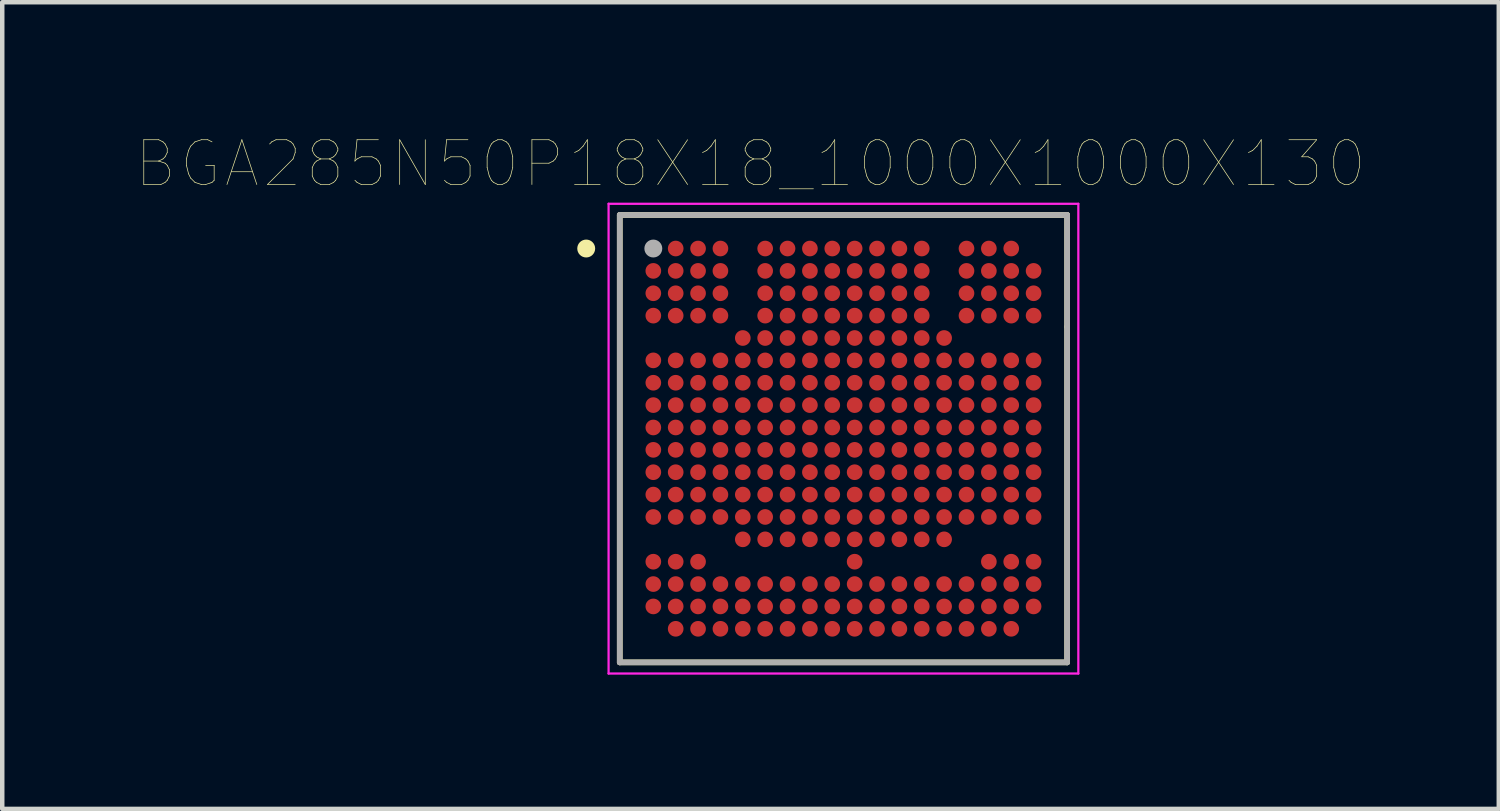
<source format=kicad_pcb>
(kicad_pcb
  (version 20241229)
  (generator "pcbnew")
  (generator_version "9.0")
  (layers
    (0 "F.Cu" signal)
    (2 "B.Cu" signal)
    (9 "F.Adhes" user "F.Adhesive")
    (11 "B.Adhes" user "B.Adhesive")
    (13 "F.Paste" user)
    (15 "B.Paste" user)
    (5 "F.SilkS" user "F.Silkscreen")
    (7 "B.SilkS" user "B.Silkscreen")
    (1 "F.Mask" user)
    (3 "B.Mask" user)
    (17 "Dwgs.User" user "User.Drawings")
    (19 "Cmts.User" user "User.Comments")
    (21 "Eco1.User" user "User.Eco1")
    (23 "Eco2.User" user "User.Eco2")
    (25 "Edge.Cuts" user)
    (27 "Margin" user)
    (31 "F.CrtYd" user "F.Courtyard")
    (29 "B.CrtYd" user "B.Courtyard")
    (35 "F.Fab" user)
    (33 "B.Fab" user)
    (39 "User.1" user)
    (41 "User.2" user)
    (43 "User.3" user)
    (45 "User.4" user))
  (footprint "BGA285N50P18X18_1000X1000X130"
    (layer "F.Cu")
    (at 15.803 6.755)
    (property "Reference" "BGA285N50P18X18_1000X1000X130" (at -2.078 -6.143 0) (layer "F.SilkS") (effects (font (size 1.001 1.001) (thickness 0.015))))
    (attr through_hole)
    (fp_line (start -5 -5) (end -5 5) (stroke (width 0.127) (type solid)) (layer "F.SilkS"))
    (fp_line (start 5 -5) (end -5 -5) (stroke (width 0.127) (type solid)) (layer "F.SilkS"))
    (fp_line (start 5 -2.5) (end 5 -5) (stroke (width 0.127) (type solid)) (layer "F.SilkS"))
    (fp_line (start 5 -2.5) (end 5 5) (stroke (width 0.127) (type solid)) (layer "F.SilkS"))
    (fp_line (start 5 5) (end -5 5) (stroke (width 0.127) (type solid)) (layer "F.SilkS"))
    (fp_circle (center -5.75 -4.25) (end -5.65 -4.25) (stroke (width 0.2) (type solid)) (fill no) (layer "F.SilkS"))
    (fp_line (start -5.25 -5.25) (end 5.25 -5.25) (stroke (width 0.05) (type solid)) (layer "F.CrtYd"))
    (fp_line (start -5.25 5.25) (end -5.25 -5.25) (stroke (width 0.05) (type solid)) (layer "F.CrtYd"))
    (fp_line (start 5.25 -5.25) (end 5.25 5.25) (stroke (width 0.05) (type solid)) (layer "F.CrtYd"))
    (fp_line (start 5.25 5.25) (end -5.25 5.25) (stroke (width 0.05) (type solid)) (layer "F.CrtYd"))
    (fp_line (start -5 -5) (end 5 -5) (stroke (width 0.127) (type solid)) (layer "F.Fab"))
    (fp_line (start -5 5) (end -5 -5) (stroke (width 0.127) (type solid)) (layer "F.Fab"))
    (fp_line (start 5 -5) (end 5 5) (stroke (width 0.127) (type solid)) (layer "F.Fab"))
    (fp_line (start 5 5) (end -5 5) (stroke (width 0.127) (type solid)) (layer "F.Fab"))
    (fp_circle (center -4.25 -4.25) (end -4.15 -4.25) (stroke (width 0.2) (type solid)) (fill no) (layer "F.Fab"))
    (pad "A2" smd circle (at -3.75 -4.25) (size 0.35 0.35) (layers "F.Cu" "F.Mask" "F.Paste"))
    (pad "A3" smd circle (at -3.25 -4.25) (size 0.35 0.35) (layers "F.Cu" "F.Mask" "F.Paste"))
    (pad "A4" smd circle (at -2.75 -4.25) (size 0.35 0.35) (layers "F.Cu" "F.Mask" "F.Paste"))
    (pad "A6" smd circle (at -1.75 -4.25) (size 0.35 0.35) (layers "F.Cu" "F.Mask" "F.Paste"))
    (pad "A7" smd circle (at -1.25 -4.25) (size 0.35 0.35) (layers "F.Cu" "F.Mask" "F.Paste"))
    (pad "A8" smd circle (at -0.75 -4.25) (size 0.35 0.35) (layers "F.Cu" "F.Mask" "F.Paste"))
    (pad "A9" smd circle (at -0.25 -4.25) (size 0.35 0.35) (layers "F.Cu" "F.Mask" "F.Paste"))
    (pad "A10" smd circle (at 0.25 -4.25) (size 0.35 0.35) (layers "F.Cu" "F.Mask" "F.Paste"))
    (pad "A11" smd circle (at 0.75 -4.25) (size 0.35 0.35) (layers "F.Cu" "F.Mask" "F.Paste"))
    (pad "A12" smd circle (at 1.25 -4.25) (size 0.35 0.35) (layers "F.Cu" "F.Mask" "F.Paste"))
    (pad "A13" smd circle (at 1.75 -4.25) (size 0.35 0.35) (layers "F.Cu" "F.Mask" "F.Paste"))
    (pad "A15" smd circle (at 2.75 -4.25) (size 0.35 0.35) (layers "F.Cu" "F.Mask" "F.Paste"))
    (pad "A16" smd circle (at 3.25 -4.25) (size 0.35 0.35) (layers "F.Cu" "F.Mask" "F.Paste"))
    (pad "A17" smd circle (at 3.75 -4.25) (size 0.35 0.35) (layers "F.Cu" "F.Mask" "F.Paste"))
    (pad "B1" smd circle (at -4.25 -3.75) (size 0.35 0.35) (layers "F.Cu" "F.Mask" "F.Paste"))
    (pad "B2" smd circle (at -3.75 -3.75) (size 0.35 0.35) (layers "F.Cu" "F.Mask" "F.Paste"))
    (pad "B3" smd circle (at -3.25 -3.75) (size 0.35 0.35) (layers "F.Cu" "F.Mask" "F.Paste"))
    (pad "B4" smd circle (at -2.75 -3.75) (size 0.35 0.35) (layers "F.Cu" "F.Mask" "F.Paste"))
    (pad "B6" smd circle (at -1.75 -3.75) (size 0.35 0.35) (layers "F.Cu" "F.Mask" "F.Paste"))
    (pad "B7" smd circle (at -1.25 -3.75) (size 0.35 0.35) (layers "F.Cu" "F.Mask" "F.Paste"))
    (pad "B8" smd circle (at -0.75 -3.75) (size 0.35 0.35) (layers "F.Cu" "F.Mask" "F.Paste"))
    (pad "B9" smd circle (at -0.25 -3.75) (size 0.35 0.35) (layers "F.Cu" "F.Mask" "F.Paste"))
    (pad "B10" smd circle (at 0.25 -3.75) (size 0.35 0.35) (layers "F.Cu" "F.Mask" "F.Paste"))
    (pad "B11" smd circle (at 0.75 -3.75) (size 0.35 0.35) (layers "F.Cu" "F.Mask" "F.Paste"))
    (pad "B12" smd circle (at 1.25 -3.75) (size 0.35 0.35) (layers "F.Cu" "F.Mask" "F.Paste"))
    (pad "B13" smd circle (at 1.75 -3.75) (size 0.35 0.35) (layers "F.Cu" "F.Mask" "F.Paste"))
    (pad "B15" smd circle (at 2.75 -3.75) (size 0.35 0.35) (layers "F.Cu" "F.Mask" "F.Paste"))
    (pad "B16" smd circle (at 3.25 -3.75) (size 0.35 0.35) (layers "F.Cu" "F.Mask" "F.Paste"))
    (pad "B17" smd circle (at 3.75 -3.75) (size 0.35 0.35) (layers "F.Cu" "F.Mask" "F.Paste"))
    (pad "B18" smd circle (at 4.25 -3.75) (size 0.35 0.35) (layers "F.Cu" "F.Mask" "F.Paste"))
    (pad "C1" smd circle (at -4.25 -3.25) (size 0.35 0.35) (layers "F.Cu" "F.Mask" "F.Paste"))
    (pad "C2" smd circle (at -3.75 -3.25) (size 0.35 0.35) (layers "F.Cu" "F.Mask" "F.Paste"))
    (pad "C3" smd circle (at -3.25 -3.25) (size 0.35 0.35) (layers "F.Cu" "F.Mask" "F.Paste"))
    (pad "C4" smd circle (at -2.75 -3.25) (size 0.35 0.35) (layers "F.Cu" "F.Mask" "F.Paste"))
    (pad "C6" smd circle (at -1.75 -3.25) (size 0.35 0.35) (layers "F.Cu" "F.Mask" "F.Paste"))
    (pad "C7" smd circle (at -1.25 -3.25) (size 0.35 0.35) (layers "F.Cu" "F.Mask" "F.Paste"))
    (pad "C8" smd circle (at -0.75 -3.25) (size 0.35 0.35) (layers "F.Cu" "F.Mask" "F.Paste"))
    (pad "C9" smd circle (at -0.25 -3.25) (size 0.35 0.35) (layers "F.Cu" "F.Mask" "F.Paste"))
    (pad "C10" smd circle (at 0.25 -3.25) (size 0.35 0.35) (layers "F.Cu" "F.Mask" "F.Paste"))
    (pad "C11" smd circle (at 0.75 -3.25) (size 0.35 0.35) (layers "F.Cu" "F.Mask" "F.Paste"))
    (pad "C12" smd circle (at 1.25 -3.25) (size 0.35 0.35) (layers "F.Cu" "F.Mask" "F.Paste"))
    (pad "C13" smd circle (at 1.75 -3.25) (size 0.35 0.35) (layers "F.Cu" "F.Mask" "F.Paste"))
    (pad "C15" smd circle (at 2.75 -3.25) (size 0.35 0.35) (layers "F.Cu" "F.Mask" "F.Paste"))
    (pad "C16" smd circle (at 3.25 -3.25) (size 0.35 0.35) (layers "F.Cu" "F.Mask" "F.Paste"))
    (pad "C17" smd circle (at 3.75 -3.25) (size 0.35 0.35) (layers "F.Cu" "F.Mask" "F.Paste"))
    (pad "C18" smd circle (at 4.25 -3.25) (size 0.35 0.35) (layers "F.Cu" "F.Mask" "F.Paste"))
    (pad "D1" smd circle (at -4.25 -2.75) (size 0.35 0.35) (layers "F.Cu" "F.Mask" "F.Paste"))
    (pad "D2" smd circle (at -3.75 -2.75) (size 0.35 0.35) (layers "F.Cu" "F.Mask" "F.Paste"))
    (pad "D3" smd circle (at -3.25 -2.75) (size 0.35 0.35) (layers "F.Cu" "F.Mask" "F.Paste"))
    (pad "D4" smd circle (at -2.75 -2.75) (size 0.35 0.35) (layers "F.Cu" "F.Mask" "F.Paste"))
    (pad "D6" smd circle (at -1.75 -2.75) (size 0.35 0.35) (layers "F.Cu" "F.Mask" "F.Paste"))
    (pad "D7" smd circle (at -1.25 -2.75) (size 0.35 0.35) (layers "F.Cu" "F.Mask" "F.Paste"))
    (pad "D8" smd circle (at -0.75 -2.75) (size 0.35 0.35) (layers "F.Cu" "F.Mask" "F.Paste"))
    (pad "D9" smd circle (at -0.25 -2.75) (size 0.35 0.35) (layers "F.Cu" "F.Mask" "F.Paste"))
    (pad "D10" smd circle (at 0.25 -2.75) (size 0.35 0.35) (layers "F.Cu" "F.Mask" "F.Paste"))
    (pad "D11" smd circle (at 0.75 -2.75) (size 0.35 0.35) (layers "F.Cu" "F.Mask" "F.Paste"))
    (pad "D12" smd circle (at 1.25 -2.75) (size 0.35 0.35) (layers "F.Cu" "F.Mask" "F.Paste"))
    (pad "D13" smd circle (at 1.75 -2.75) (size 0.35 0.35) (layers "F.Cu" "F.Mask" "F.Paste"))
    (pad "D15" smd circle (at 2.75 -2.75) (size 0.35 0.35) (layers "F.Cu" "F.Mask" "F.Paste"))
    (pad "D16" smd circle (at 3.25 -2.75) (size 0.35 0.35) (layers "F.Cu" "F.Mask" "F.Paste"))
    (pad "D17" smd circle (at 3.75 -2.75) (size 0.35 0.35) (layers "F.Cu" "F.Mask" "F.Paste"))
    (pad "D18" smd circle (at 4.25 -2.75) (size 0.35 0.35) (layers "F.Cu" "F.Mask" "F.Paste"))
    (pad "E5" smd circle (at -2.25 -2.25) (size 0.35 0.35) (layers "F.Cu" "F.Mask" "F.Paste"))
    (pad "E6" smd circle (at -1.75 -2.25) (size 0.35 0.35) (layers "F.Cu" "F.Mask" "F.Paste"))
    (pad "E7" smd circle (at -1.25 -2.25) (size 0.35 0.35) (layers "F.Cu" "F.Mask" "F.Paste"))
    (pad "E8" smd circle (at -0.75 -2.25) (size 0.35 0.35) (layers "F.Cu" "F.Mask" "F.Paste"))
    (pad "E9" smd circle (at -0.25 -2.25) (size 0.35 0.35) (layers "F.Cu" "F.Mask" "F.Paste"))
    (pad "E10" smd circle (at 0.25 -2.25) (size 0.35 0.35) (layers "F.Cu" "F.Mask" "F.Paste"))
    (pad "E11" smd circle (at 0.75 -2.25) (size 0.35 0.35) (layers "F.Cu" "F.Mask" "F.Paste"))
    (pad "E12" smd circle (at 1.25 -2.25) (size 0.35 0.35) (layers "F.Cu" "F.Mask" "F.Paste"))
    (pad "E13" smd circle (at 1.75 -2.25) (size 0.35 0.35) (layers "F.Cu" "F.Mask" "F.Paste"))
    (pad "E14" smd circle (at 2.25 -2.25) (size 0.35 0.35) (layers "F.Cu" "F.Mask" "F.Paste"))
    (pad "F1" smd circle (at -4.25 -1.75) (size 0.35 0.35) (layers "F.Cu" "F.Mask" "F.Paste"))
    (pad "F2" smd circle (at -3.75 -1.75) (size 0.35 0.35) (layers "F.Cu" "F.Mask" "F.Paste"))
    (pad "F3" smd circle (at -3.25 -1.75) (size 0.35 0.35) (layers "F.Cu" "F.Mask" "F.Paste"))
    (pad "F4" smd circle (at -2.75 -1.75) (size 0.35 0.35) (layers "F.Cu" "F.Mask" "F.Paste"))
    (pad "F5" smd circle (at -2.25 -1.75) (size 0.35 0.35) (layers "F.Cu" "F.Mask" "F.Paste"))
    (pad "F6" smd circle (at -1.75 -1.75) (size 0.35 0.35) (layers "F.Cu" "F.Mask" "F.Paste"))
    (pad "F7" smd circle (at -1.25 -1.75) (size 0.35 0.35) (layers "F.Cu" "F.Mask" "F.Paste"))
    (pad "F8" smd circle (at -0.75 -1.75) (size 0.35 0.35) (layers "F.Cu" "F.Mask" "F.Paste"))
    (pad "F9" smd circle (at -0.25 -1.75) (size 0.35 0.35) (layers "F.Cu" "F.Mask" "F.Paste"))
    (pad "F10" smd circle (at 0.25 -1.75) (size 0.35 0.35) (layers "F.Cu" "F.Mask" "F.Paste"))
    (pad "F11" smd circle (at 0.75 -1.75) (size 0.35 0.35) (layers "F.Cu" "F.Mask" "F.Paste"))
    (pad "F12" smd circle (at 1.25 -1.75) (size 0.35 0.35) (layers "F.Cu" "F.Mask" "F.Paste"))
    (pad "F13" smd circle (at 1.75 -1.75) (size 0.35 0.35) (layers "F.Cu" "F.Mask" "F.Paste"))
    (pad "F14" smd circle (at 2.25 -1.75) (size 0.35 0.35) (layers "F.Cu" "F.Mask" "F.Paste"))
    (pad "F15" smd circle (at 2.75 -1.75) (size 0.35 0.35) (layers "F.Cu" "F.Mask" "F.Paste"))
    (pad "F16" smd circle (at 3.25 -1.75) (size 0.35 0.35) (layers "F.Cu" "F.Mask" "F.Paste"))
    (pad "F17" smd circle (at 3.75 -1.75) (size 0.35 0.35) (layers "F.Cu" "F.Mask" "F.Paste"))
    (pad "F18" smd circle (at 4.25 -1.75) (size 0.35 0.35) (layers "F.Cu" "F.Mask" "F.Paste"))
    (pad "G1" smd circle (at -4.25 -1.25) (size 0.35 0.35) (layers "F.Cu" "F.Mask" "F.Paste"))
    (pad "G2" smd circle (at -3.75 -1.25) (size 0.35 0.35) (layers "F.Cu" "F.Mask" "F.Paste"))
    (pad "G3" smd circle (at -3.25 -1.25) (size 0.35 0.35) (layers "F.Cu" "F.Mask" "F.Paste"))
    (pad "G4" smd circle (at -2.75 -1.25) (size 0.35 0.35) (layers "F.Cu" "F.Mask" "F.Paste"))
    (pad "G5" smd circle (at -2.25 -1.25) (size 0.35 0.35) (layers "F.Cu" "F.Mask" "F.Paste"))
    (pad "G6" smd circle (at -1.75 -1.25) (size 0.35 0.35) (layers "F.Cu" "F.Mask" "F.Paste"))
    (pad "G7" smd circle (at -1.25 -1.25) (size 0.35 0.35) (layers "F.Cu" "F.Mask" "F.Paste"))
    (pad "G8" smd circle (at -0.75 -1.25) (size 0.35 0.35) (layers "F.Cu" "F.Mask" "F.Paste"))
    (pad "G9" smd circle (at -0.25 -1.25) (size 0.35 0.35) (layers "F.Cu" "F.Mask" "F.Paste"))
    (pad "G10" smd circle (at 0.25 -1.25) (size 0.35 0.35) (layers "F.Cu" "F.Mask" "F.Paste"))
    (pad "G11" smd circle (at 0.75 -1.25) (size 0.35 0.35) (layers "F.Cu" "F.Mask" "F.Paste"))
    (pad "G12" smd circle (at 1.25 -1.25) (size 0.35 0.35) (layers "F.Cu" "F.Mask" "F.Paste"))
    (pad "G13" smd circle (at 1.75 -1.25) (size 0.35 0.35) (layers "F.Cu" "F.Mask" "F.Paste"))
    (pad "G14" smd circle (at 2.25 -1.25) (size 0.35 0.35) (layers "F.Cu" "F.Mask" "F.Paste"))
    (pad "G15" smd circle (at 2.75 -1.25) (size 0.35 0.35) (layers "F.Cu" "F.Mask" "F.Paste"))
    (pad "G16" smd circle (at 3.25 -1.25) (size 0.35 0.35) (layers "F.Cu" "F.Mask" "F.Paste"))
    (pad "G17" smd circle (at 3.75 -1.25) (size 0.35 0.35) (layers "F.Cu" "F.Mask" "F.Paste"))
    (pad "G18" smd circle (at 4.25 -1.25) (size 0.35 0.35) (layers "F.Cu" "F.Mask" "F.Paste"))
    (pad "H1" smd circle (at -4.25 -0.75) (size 0.35 0.35) (layers "F.Cu" "F.Mask" "F.Paste"))
    (pad "H2" smd circle (at -3.75 -0.75) (size 0.35 0.35) (layers "F.Cu" "F.Mask" "F.Paste"))
    (pad "H3" smd circle (at -3.25 -0.75) (size 0.35 0.35) (layers "F.Cu" "F.Mask" "F.Paste"))
    (pad "H4" smd circle (at -2.75 -0.75) (size 0.35 0.35) (layers "F.Cu" "F.Mask" "F.Paste"))
    (pad "H5" smd circle (at -2.25 -0.75) (size 0.35 0.35) (layers "F.Cu" "F.Mask" "F.Paste"))
    (pad "H6" smd circle (at -1.75 -0.75) (size 0.35 0.35) (layers "F.Cu" "F.Mask" "F.Paste"))
    (pad "H7" smd circle (at -1.25 -0.75) (size 0.35 0.35) (layers "F.Cu" "F.Mask" "F.Paste"))
    (pad "H8" smd circle (at -0.75 -0.75) (size 0.35 0.35) (layers "F.Cu" "F.Mask" "F.Paste"))
    (pad "H9" smd circle (at -0.25 -0.75) (size 0.35 0.35) (layers "F.Cu" "F.Mask" "F.Paste"))
    (pad "H10" smd circle (at 0.25 -0.75) (size 0.35 0.35) (layers "F.Cu" "F.Mask" "F.Paste"))
    (pad "H11" smd circle (at 0.75 -0.75) (size 0.35 0.35) (layers "F.Cu" "F.Mask" "F.Paste"))
    (pad "H12" smd circle (at 1.25 -0.75) (size 0.35 0.35) (layers "F.Cu" "F.Mask" "F.Paste"))
    (pad "H13" smd circle (at 1.75 -0.75) (size 0.35 0.35) (layers "F.Cu" "F.Mask" "F.Paste"))
    (pad "H14" smd circle (at 2.25 -0.75) (size 0.35 0.35) (layers "F.Cu" "F.Mask" "F.Paste"))
    (pad "H15" smd circle (at 2.75 -0.75) (size 0.35 0.35) (layers "F.Cu" "F.Mask" "F.Paste"))
    (pad "H16" smd circle (at 3.25 -0.75) (size 0.35 0.35) (layers "F.Cu" "F.Mask" "F.Paste"))
    (pad "H17" smd circle (at 3.75 -0.75) (size 0.35 0.35) (layers "F.Cu" "F.Mask" "F.Paste"))
    (pad "H18" smd circle (at 4.25 -0.75) (size 0.35 0.35) (layers "F.Cu" "F.Mask" "F.Paste"))
    (pad "J1" smd circle (at -4.25 -0.25) (size 0.35 0.35) (layers "F.Cu" "F.Mask" "F.Paste"))
    (pad "J2" smd circle (at -3.75 -0.25) (size 0.35 0.35) (layers "F.Cu" "F.Mask" "F.Paste"))
    (pad "J3" smd circle (at -3.25 -0.25) (size 0.35 0.35) (layers "F.Cu" "F.Mask" "F.Paste"))
    (pad "J4" smd circle (at -2.75 -0.25) (size 0.35 0.35) (layers "F.Cu" "F.Mask" "F.Paste"))
    (pad "J5" smd circle (at -2.25 -0.25) (size 0.35 0.35) (layers "F.Cu" "F.Mask" "F.Paste"))
    (pad "J6" smd circle (at -1.75 -0.25) (size 0.35 0.35) (layers "F.Cu" "F.Mask" "F.Paste"))
    (pad "J7" smd circle (at -1.25 -0.25) (size 0.35 0.35) (layers "F.Cu" "F.Mask" "F.Paste"))
    (pad "J8" smd circle (at -0.75 -0.25) (size 0.35 0.35) (layers "F.Cu" "F.Mask" "F.Paste"))
    (pad "J9" smd circle (at -0.25 -0.25) (size 0.35 0.35) (layers "F.Cu" "F.Mask" "F.Paste"))
    (pad "J10" smd circle (at 0.25 -0.25) (size 0.35 0.35) (layers "F.Cu" "F.Mask" "F.Paste"))
    (pad "J11" smd circle (at 0.75 -0.25) (size 0.35 0.35) (layers "F.Cu" "F.Mask" "F.Paste"))
    (pad "J12" smd circle (at 1.25 -0.25) (size 0.35 0.35) (layers "F.Cu" "F.Mask" "F.Paste"))
    (pad "J13" smd circle (at 1.75 -0.25) (size 0.35 0.35) (layers "F.Cu" "F.Mask" "F.Paste"))
    (pad "J14" smd circle (at 2.25 -0.25) (size 0.35 0.35) (layers "F.Cu" "F.Mask" "F.Paste"))
    (pad "J15" smd circle (at 2.75 -0.25) (size 0.35 0.35) (layers "F.Cu" "F.Mask" "F.Paste"))
    (pad "J16" smd circle (at 3.25 -0.25) (size 0.35 0.35) (layers "F.Cu" "F.Mask" "F.Paste"))
    (pad "J17" smd circle (at 3.75 -0.25) (size 0.35 0.35) (layers "F.Cu" "F.Mask" "F.Paste"))
    (pad "J18" smd circle (at 4.25 -0.25) (size 0.35 0.35) (layers "F.Cu" "F.Mask" "F.Paste"))
    (pad "K1" smd circle (at -4.25 0.25) (size 0.35 0.35) (layers "F.Cu" "F.Mask" "F.Paste"))
    (pad "K2" smd circle (at -3.75 0.25) (size 0.35 0.35) (layers "F.Cu" "F.Mask" "F.Paste"))
    (pad "K3" smd circle (at -3.25 0.25) (size 0.35 0.35) (layers "F.Cu" "F.Mask" "F.Paste"))
    (pad "K4" smd circle (at -2.75 0.25) (size 0.35 0.35) (layers "F.Cu" "F.Mask" "F.Paste"))
    (pad "K5" smd circle (at -2.25 0.25) (size 0.35 0.35) (layers "F.Cu" "F.Mask" "F.Paste"))
    (pad "K6" smd circle (at -1.75 0.25) (size 0.35 0.35) (layers "F.Cu" "F.Mask" "F.Paste"))
    (pad "K7" smd circle (at -1.25 0.25) (size 0.35 0.35) (layers "F.Cu" "F.Mask" "F.Paste"))
    (pad "K8" smd circle (at -0.75 0.25) (size 0.35 0.35) (layers "F.Cu" "F.Mask" "F.Paste"))
    (pad "K9" smd circle (at -0.25 0.25) (size 0.35 0.35) (layers "F.Cu" "F.Mask" "F.Paste"))
    (pad "K10" smd circle (at 0.25 0.25) (size 0.35 0.35) (layers "F.Cu" "F.Mask" "F.Paste"))
    (pad "K11" smd circle (at 0.75 0.25) (size 0.35 0.35) (layers "F.Cu" "F.Mask" "F.Paste"))
    (pad "K12" smd circle (at 1.25 0.25) (size 0.35 0.35) (layers "F.Cu" "F.Mask" "F.Paste"))
    (pad "K13" smd circle (at 1.75 0.25) (size 0.35 0.35) (layers "F.Cu" "F.Mask" "F.Paste"))
    (pad "K14" smd circle (at 2.25 0.25) (size 0.35 0.35) (layers "F.Cu" "F.Mask" "F.Paste"))
    (pad "K15" smd circle (at 2.75 0.25) (size 0.35 0.35) (layers "F.Cu" "F.Mask" "F.Paste"))
    (pad "K16" smd circle (at 3.25 0.25) (size 0.35 0.35) (layers "F.Cu" "F.Mask" "F.Paste"))
    (pad "K17" smd circle (at 3.75 0.25) (size 0.35 0.35) (layers "F.Cu" "F.Mask" "F.Paste"))
    (pad "K18" smd circle (at 4.25 0.25) (size 0.35 0.35) (layers "F.Cu" "F.Mask" "F.Paste"))
    (pad "L1" smd circle (at -4.25 0.75) (size 0.35 0.35) (layers "F.Cu" "F.Mask" "F.Paste"))
    (pad "L2" smd circle (at -3.75 0.75) (size 0.35 0.35) (layers "F.Cu" "F.Mask" "F.Paste"))
    (pad "L3" smd circle (at -3.25 0.75) (size 0.35 0.35) (layers "F.Cu" "F.Mask" "F.Paste"))
    (pad "L4" smd circle (at -2.75 0.75) (size 0.35 0.35) (layers "F.Cu" "F.Mask" "F.Paste"))
    (pad "L5" smd circle (at -2.25 0.75) (size 0.35 0.35) (layers "F.Cu" "F.Mask" "F.Paste"))
    (pad "L6" smd circle (at -1.75 0.75) (size 0.35 0.35) (layers "F.Cu" "F.Mask" "F.Paste"))
    (pad "L7" smd circle (at -1.25 0.75) (size 0.35 0.35) (layers "F.Cu" "F.Mask" "F.Paste"))
    (pad "L8" smd circle (at -0.75 0.75) (size 0.35 0.35) (layers "F.Cu" "F.Mask" "F.Paste"))
    (pad "L9" smd circle (at -0.25 0.75) (size 0.35 0.35) (layers "F.Cu" "F.Mask" "F.Paste"))
    (pad "L10" smd circle (at 0.25 0.75) (size 0.35 0.35) (layers "F.Cu" "F.Mask" "F.Paste"))
    (pad "L11" smd circle (at 0.75 0.75) (size 0.35 0.35) (layers "F.Cu" "F.Mask" "F.Paste"))
    (pad "L12" smd circle (at 1.25 0.75) (size 0.35 0.35) (layers "F.Cu" "F.Mask" "F.Paste"))
    (pad "L13" smd circle (at 1.75 0.75) (size 0.35 0.35) (layers "F.Cu" "F.Mask" "F.Paste"))
    (pad "L14" smd circle (at 2.25 0.75) (size 0.35 0.35) (layers "F.Cu" "F.Mask" "F.Paste"))
    (pad "L15" smd circle (at 2.75 0.75) (size 0.35 0.35) (layers "F.Cu" "F.Mask" "F.Paste"))
    (pad "L16" smd circle (at 3.25 0.75) (size 0.35 0.35) (layers "F.Cu" "F.Mask" "F.Paste"))
    (pad "L17" smd circle (at 3.75 0.75) (size 0.35 0.35) (layers "F.Cu" "F.Mask" "F.Paste"))
    (pad "L18" smd circle (at 4.25 0.75) (size 0.35 0.35) (layers "F.Cu" "F.Mask" "F.Paste"))
    (pad "M1" smd circle (at -4.25 1.25) (size 0.35 0.35) (layers "F.Cu" "F.Mask" "F.Paste"))
    (pad "M2" smd circle (at -3.75 1.25) (size 0.35 0.35) (layers "F.Cu" "F.Mask" "F.Paste"))
    (pad "M3" smd circle (at -3.25 1.25) (size 0.35 0.35) (layers "F.Cu" "F.Mask" "F.Paste"))
    (pad "M4" smd circle (at -2.75 1.25) (size 0.35 0.35) (layers "F.Cu" "F.Mask" "F.Paste"))
    (pad "M5" smd circle (at -2.25 1.25) (size 0.35 0.35) (layers "F.Cu" "F.Mask" "F.Paste"))
    (pad "M6" smd circle (at -1.75 1.25) (size 0.35 0.35) (layers "F.Cu" "F.Mask" "F.Paste"))
    (pad "M7" smd circle (at -1.25 1.25) (size 0.35 0.35) (layers "F.Cu" "F.Mask" "F.Paste"))
    (pad "M8" smd circle (at -0.75 1.25) (size 0.35 0.35) (layers "F.Cu" "F.Mask" "F.Paste"))
    (pad "M9" smd circle (at -0.25 1.25) (size 0.35 0.35) (layers "F.Cu" "F.Mask" "F.Paste"))
    (pad "M10" smd circle (at 0.25 1.25) (size 0.35 0.35) (layers "F.Cu" "F.Mask" "F.Paste"))
    (pad "M11" smd circle (at 0.75 1.25) (size 0.35 0.35) (layers "F.Cu" "F.Mask" "F.Paste"))
    (pad "M12" smd circle (at 1.25 1.25) (size 0.35 0.35) (layers "F.Cu" "F.Mask" "F.Paste"))
    (pad "M13" smd circle (at 1.75 1.25) (size 0.35 0.35) (layers "F.Cu" "F.Mask" "F.Paste"))
    (pad "M14" smd circle (at 2.25 1.25) (size 0.35 0.35) (layers "F.Cu" "F.Mask" "F.Paste"))
    (pad "M15" smd circle (at 2.75 1.25) (size 0.35 0.35) (layers "F.Cu" "F.Mask" "F.Paste"))
    (pad "M16" smd circle (at 3.25 1.25) (size 0.35 0.35) (layers "F.Cu" "F.Mask" "F.Paste"))
    (pad "M17" smd circle (at 3.75 1.25) (size 0.35 0.35) (layers "F.Cu" "F.Mask" "F.Paste"))
    (pad "M18" smd circle (at 4.25 1.25) (size 0.35 0.35) (layers "F.Cu" "F.Mask" "F.Paste"))
    (pad "N1" smd circle (at -4.25 1.75) (size 0.35 0.35) (layers "F.Cu" "F.Mask" "F.Paste"))
    (pad "N2" smd circle (at -3.75 1.75) (size 0.35 0.35) (layers "F.Cu" "F.Mask" "F.Paste"))
    (pad "N3" smd circle (at -3.25 1.75) (size 0.35 0.35) (layers "F.Cu" "F.Mask" "F.Paste"))
    (pad "N4" smd circle (at -2.75 1.75) (size 0.35 0.35) (layers "F.Cu" "F.Mask" "F.Paste"))
    (pad "N5" smd circle (at -2.25 1.75) (size 0.35 0.35) (layers "F.Cu" "F.Mask" "F.Paste"))
    (pad "N6" smd circle (at -1.75 1.75) (size 0.35 0.35) (layers "F.Cu" "F.Mask" "F.Paste"))
    (pad "N7" smd circle (at -1.25 1.75) (size 0.35 0.35) (layers "F.Cu" "F.Mask" "F.Paste"))
    (pad "N8" smd circle (at -0.75 1.75) (size 0.35 0.35) (layers "F.Cu" "F.Mask" "F.Paste"))
    (pad "N9" smd circle (at -0.25 1.75) (size 0.35 0.35) (layers "F.Cu" "F.Mask" "F.Paste"))
    (pad "N10" smd circle (at 0.25 1.75) (size 0.35 0.35) (layers "F.Cu" "F.Mask" "F.Paste"))
    (pad "N11" smd circle (at 0.75 1.75) (size 0.35 0.35) (layers "F.Cu" "F.Mask" "F.Paste"))
    (pad "N12" smd circle (at 1.25 1.75) (size 0.35 0.35) (layers "F.Cu" "F.Mask" "F.Paste"))
    (pad "N13" smd circle (at 1.75 1.75) (size 0.35 0.35) (layers "F.Cu" "F.Mask" "F.Paste"))
    (pad "N14" smd circle (at 2.25 1.75) (size 0.35 0.35) (layers "F.Cu" "F.Mask" "F.Paste"))
    (pad "N15" smd circle (at 2.75 1.75) (size 0.35 0.35) (layers "F.Cu" "F.Mask" "F.Paste"))
    (pad "N16" smd circle (at 3.25 1.75) (size 0.35 0.35) (layers "F.Cu" "F.Mask" "F.Paste"))
    (pad "N17" smd circle (at 3.75 1.75) (size 0.35 0.35) (layers "F.Cu" "F.Mask" "F.Paste"))
    (pad "N18" smd circle (at 4.25 1.75) (size 0.35 0.35) (layers "F.Cu" "F.Mask" "F.Paste"))
    (pad "P5" smd circle (at -2.25 2.25) (size 0.35 0.35) (layers "F.Cu" "F.Mask" "F.Paste"))
    (pad "P6" smd circle (at -1.75 2.25) (size 0.35 0.35) (layers "F.Cu" "F.Mask" "F.Paste"))
    (pad "P7" smd circle (at -1.25 2.25) (size 0.35 0.35) (layers "F.Cu" "F.Mask" "F.Paste"))
    (pad "P8" smd circle (at -0.75 2.25) (size 0.35 0.35) (layers "F.Cu" "F.Mask" "F.Paste"))
    (pad "P9" smd circle (at -0.25 2.25) (size 0.35 0.35) (layers "F.Cu" "F.Mask" "F.Paste"))
    (pad "P10" smd circle (at 0.25 2.25) (size 0.35 0.35) (layers "F.Cu" "F.Mask" "F.Paste"))
    (pad "P11" smd circle (at 0.75 2.25) (size 0.35 0.35) (layers "F.Cu" "F.Mask" "F.Paste"))
    (pad "P12" smd circle (at 1.25 2.25) (size 0.35 0.35) (layers "F.Cu" "F.Mask" "F.Paste"))
    (pad "P13" smd circle (at 1.75 2.25) (size 0.35 0.35) (layers "F.Cu" "F.Mask" "F.Paste"))
    (pad "P14" smd circle (at 2.25 2.25) (size 0.35 0.35) (layers "F.Cu" "F.Mask" "F.Paste"))
    (pad "R1" smd circle (at -4.25 2.75) (size 0.35 0.35) (layers "F.Cu" "F.Mask" "F.Paste"))
    (pad "R2" smd circle (at -3.75 2.75) (size 0.35 0.35) (layers "F.Cu" "F.Mask" "F.Paste"))
    (pad "R3" smd circle (at -3.25 2.75) (size 0.35 0.35) (layers "F.Cu" "F.Mask" "F.Paste"))
    (pad "R10" smd circle (at 0.25 2.75) (size 0.35 0.35) (layers "F.Cu" "F.Mask" "F.Paste"))
    (pad "R16" smd circle (at 3.25 2.75) (size 0.35 0.35) (layers "F.Cu" "F.Mask" "F.Paste"))
    (pad "R17" smd circle (at 3.75 2.75) (size 0.35 0.35) (layers "F.Cu" "F.Mask" "F.Paste"))
    (pad "R18" smd circle (at 4.25 2.75) (size 0.35 0.35) (layers "F.Cu" "F.Mask" "F.Paste"))
    (pad "T1" smd circle (at -4.25 3.25) (size 0.35 0.35) (layers "F.Cu" "F.Mask" "F.Paste"))
    (pad "T2" smd circle (at -3.75 3.25) (size 0.35 0.35) (layers "F.Cu" "F.Mask" "F.Paste"))
    (pad "T3" smd circle (at -3.25 3.25) (size 0.35 0.35) (layers "F.Cu" "F.Mask" "F.Paste"))
    (pad "T4" smd circle (at -2.75 3.25) (size 0.35 0.35) (layers "F.Cu" "F.Mask" "F.Paste"))
    (pad "T5" smd circle (at -2.25 3.25) (size 0.35 0.35) (layers "F.Cu" "F.Mask" "F.Paste"))
    (pad "T6" smd circle (at -1.75 3.25) (size 0.35 0.35) (layers "F.Cu" "F.Mask" "F.Paste"))
    (pad "T7" smd circle (at -1.25 3.25) (size 0.35 0.35) (layers "F.Cu" "F.Mask" "F.Paste"))
    (pad "T8" smd circle (at -0.75 3.25) (size 0.35 0.35) (layers "F.Cu" "F.Mask" "F.Paste"))
    (pad "T9" smd circle (at -0.25 3.25) (size 0.35 0.35) (layers "F.Cu" "F.Mask" "F.Paste"))
    (pad "T10" smd circle (at 0.25 3.25) (size 0.35 0.35) (layers "F.Cu" "F.Mask" "F.Paste"))
    (pad "T11" smd circle (at 0.75 3.25) (size 0.35 0.35) (layers "F.Cu" "F.Mask" "F.Paste"))
    (pad "T12" smd circle (at 1.25 3.25) (size 0.35 0.35) (layers "F.Cu" "F.Mask" "F.Paste"))
    (pad "T13" smd circle (at 1.75 3.25) (size 0.35 0.35) (layers "F.Cu" "F.Mask" "F.Paste"))
    (pad "T14" smd circle (at 2.25 3.25) (size 0.35 0.35) (layers "F.Cu" "F.Mask" "F.Paste"))
    (pad "T15" smd circle (at 2.75 3.25) (size 0.35 0.35) (layers "F.Cu" "F.Mask" "F.Paste"))
    (pad "T16" smd circle (at 3.25 3.25) (size 0.35 0.35) (layers "F.Cu" "F.Mask" "F.Paste"))
    (pad "T17" smd circle (at 3.75 3.25) (size 0.35 0.35) (layers "F.Cu" "F.Mask" "F.Paste"))
    (pad "T18" smd circle (at 4.25 3.25) (size 0.35 0.35) (layers "F.Cu" "F.Mask" "F.Paste"))
    (pad "U1" smd circle (at -4.25 3.75) (size 0.35 0.35) (layers "F.Cu" "F.Mask" "F.Paste"))
    (pad "U2" smd circle (at -3.75 3.75) (size 0.35 0.35) (layers "F.Cu" "F.Mask" "F.Paste"))
    (pad "U3" smd circle (at -3.25 3.75) (size 0.35 0.35) (layers "F.Cu" "F.Mask" "F.Paste"))
    (pad "U4" smd circle (at -2.75 3.75) (size 0.35 0.35) (layers "F.Cu" "F.Mask" "F.Paste"))
    (pad "U5" smd circle (at -2.25 3.75) (size 0.35 0.35) (layers "F.Cu" "F.Mask" "F.Paste"))
    (pad "U6" smd circle (at -1.75 3.75) (size 0.35 0.35) (layers "F.Cu" "F.Mask" "F.Paste"))
    (pad "U7" smd circle (at -1.25 3.75) (size 0.35 0.35) (layers "F.Cu" "F.Mask" "F.Paste"))
    (pad "U8" smd circle (at -0.75 3.75) (size 0.35 0.35) (layers "F.Cu" "F.Mask" "F.Paste"))
    (pad "U9" smd circle (at -0.25 3.75) (size 0.35 0.35) (layers "F.Cu" "F.Mask" "F.Paste"))
    (pad "U10" smd circle (at 0.25 3.75) (size 0.35 0.35) (layers "F.Cu" "F.Mask" "F.Paste"))
    (pad "U11" smd circle (at 0.75 3.75) (size 0.35 0.35) (layers "F.Cu" "F.Mask" "F.Paste"))
    (pad "U12" smd circle (at 1.25 3.75) (size 0.35 0.35) (layers "F.Cu" "F.Mask" "F.Paste"))
    (pad "U13" smd circle (at 1.75 3.75) (size 0.35 0.35) (layers "F.Cu" "F.Mask" "F.Paste"))
    (pad "U14" smd circle (at 2.25 3.75) (size 0.35 0.35) (layers "F.Cu" "F.Mask" "F.Paste"))
    (pad "U15" smd circle (at 2.75 3.75) (size 0.35 0.35) (layers "F.Cu" "F.Mask" "F.Paste"))
    (pad "U16" smd circle (at 3.25 3.75) (size 0.35 0.35) (layers "F.Cu" "F.Mask" "F.Paste"))
    (pad "U17" smd circle (at 3.75 3.75) (size 0.35 0.35) (layers "F.Cu" "F.Mask" "F.Paste"))
    (pad "U18" smd circle (at 4.25 3.75) (size 0.35 0.35) (layers "F.Cu" "F.Mask" "F.Paste"))
    (pad "V2" smd circle (at -3.75 4.25) (size 0.35 0.35) (layers "F.Cu" "F.Mask" "F.Paste"))
    (pad "V3" smd circle (at -3.25 4.25) (size 0.35 0.35) (layers "F.Cu" "F.Mask" "F.Paste"))
    (pad "V4" smd circle (at -2.75 4.25) (size 0.35 0.35) (layers "F.Cu" "F.Mask" "F.Paste"))
    (pad "V5" smd circle (at -2.25 4.25) (size 0.35 0.35) (layers "F.Cu" "F.Mask" "F.Paste"))
    (pad "V6" smd circle (at -1.75 4.25) (size 0.35 0.35) (layers "F.Cu" "F.Mask" "F.Paste"))
    (pad "V7" smd circle (at -1.25 4.25) (size 0.35 0.35) (layers "F.Cu" "F.Mask" "F.Paste"))
    (pad "V8" smd circle (at -0.75 4.25) (size 0.35 0.35) (layers "F.Cu" "F.Mask" "F.Paste"))
    (pad "V9" smd circle (at -0.25 4.25) (size 0.35 0.35) (layers "F.Cu" "F.Mask" "F.Paste"))
    (pad "V10" smd circle (at 0.25 4.25) (size 0.35 0.35) (layers "F.Cu" "F.Mask" "F.Paste"))
    (pad "V11" smd circle (at 0.75 4.25) (size 0.35 0.35) (layers "F.Cu" "F.Mask" "F.Paste"))
    (pad "V12" smd circle (at 1.25 4.25) (size 0.35 0.35) (layers "F.Cu" "F.Mask" "F.Paste"))
    (pad "V13" smd circle (at 1.75 4.25) (size 0.35 0.35) (layers "F.Cu" "F.Mask" "F.Paste"))
    (pad "V14" smd circle (at 2.25 4.25) (size 0.35 0.35) (layers "F.Cu" "F.Mask" "F.Paste"))
    (pad "V15" smd circle (at 2.75 4.25) (size 0.35 0.35) (layers "F.Cu" "F.Mask" "F.Paste"))
    (pad "V16" smd circle (at 3.25 4.25) (size 0.35 0.35) (layers "F.Cu" "F.Mask" "F.Paste"))
    (pad "V17" smd circle (at 3.75 4.25) (size 0.35 0.35) (layers "F.Cu" "F.Mask" "F.Paste")))
  (gr_rect
    (start -3 -3)
    (end 30.451 15.03)
    (stroke (width 0.1) (type default))
    (fill no)
    (layer "Edge.Cuts")))
</source>
